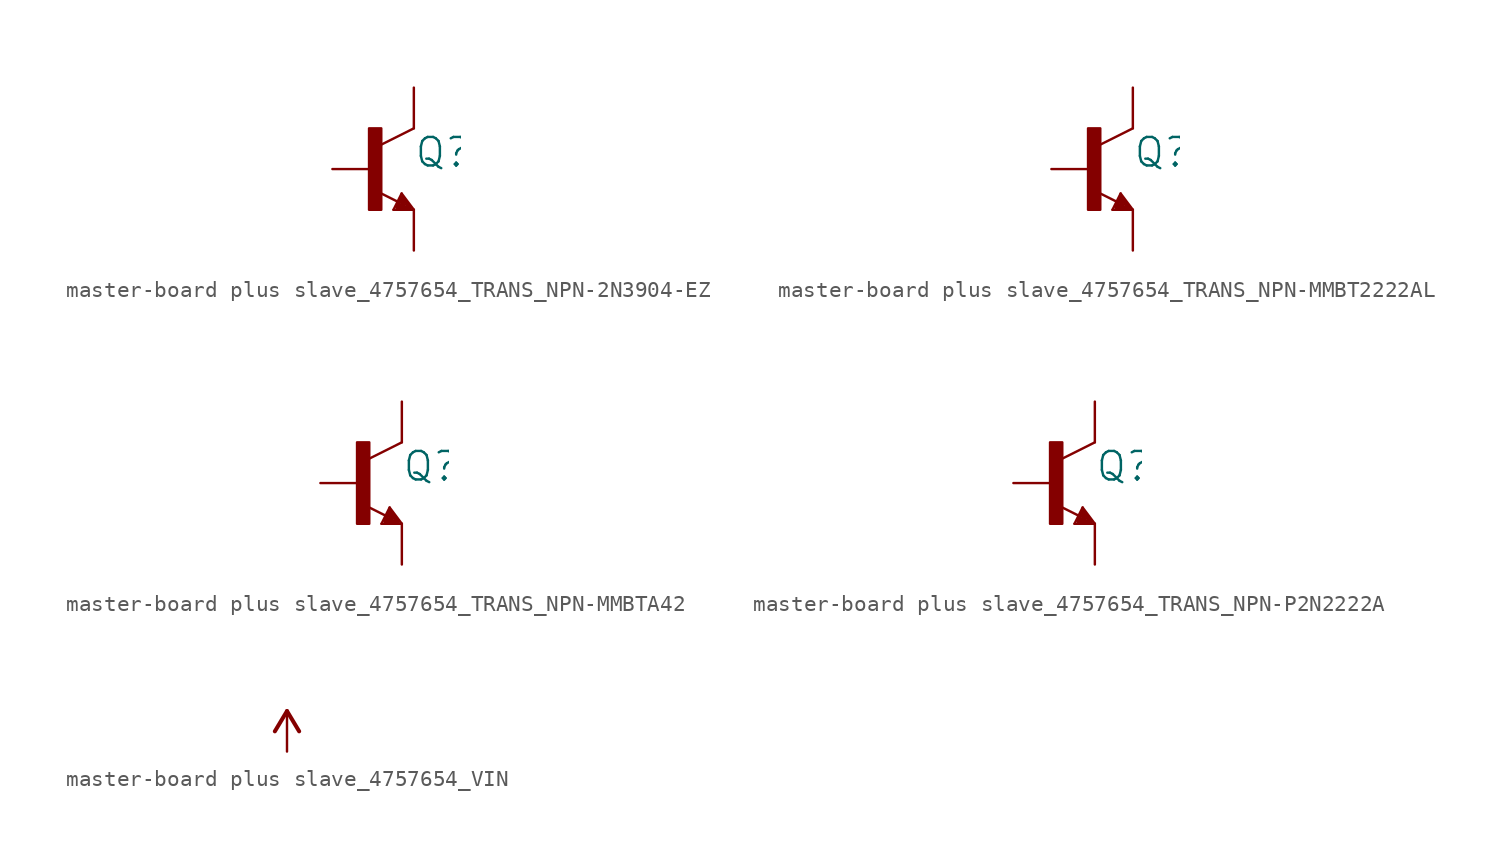
<source format=kicad_sym>
(kicad_symbol_lib
  (version 20241209)
  (generator "kicad_symbol_editor")
  (generator_version "9.0")
  (symbol "master-board plus slave_4757654_TRANS_NPN-2N3904-EZ"
    (property "Reference" "Q"
      (at 2.54 0 0)
      (effects (font (size 1.778 1.778)) (justify left bottom)))
    (property "Value" ""
      (at 2.54 -2.286 0)
      (effects (font (size 1.778 1.778)) (justify left bottom)))
    (property "ki_locked" ""
      (at 0 0 0)
      (effects (font (size 1.27 1.27))))
    (symbol "master-board plus slave_4757654_TRANS_NPN-2N3904-EZ_1_0"
      (rectangle (start -0.254 -2.54) (end 0.508 2.54) (stroke (width 0) (type default)) (fill (type outline)))
      (polyline (pts (xy 1.27 -2.54) (xy 1.778 -1.524)) (stroke (width 0.152) (type solid)) (fill (type none)))
      (polyline (pts (xy 1.524 -2.286) (xy 1.905 -2.286)) (stroke (width 0.254) (type solid)) (fill (type none)))
      (polyline (pts (xy 1.524 -2.413) (xy 2.286 -2.413)) (stroke (width 0.254) (type solid)) (fill (type none)))
      (polyline (pts (xy 1.54 -2.04) (xy 0.308 -1.424)) (stroke (width 0.152) (type solid)) (fill (type none)))
      (polyline (pts (xy 1.778 -1.524) (xy 2.54 -2.54)) (stroke (width 0.152) (type solid)) (fill (type none)))
      (polyline (pts (xy 1.778 -1.778) (xy 1.524 -2.286)) (stroke (width 0.254) (type solid)) (fill (type none)))
      (polyline (pts (xy 1.905 -2.286) (xy 1.778 -2.032)) (stroke (width 0.254) (type solid)) (fill (type none)))
      (polyline (pts (xy 2.286 -2.413) (xy 1.778 -1.778)) (stroke (width 0.254) (type solid)) (fill (type none)))
      (polyline (pts (xy 2.54 2.54) (xy 0.508 1.524)) (stroke (width 0.152) (type solid)) (fill (type none)))
      (polyline (pts (xy 2.54 -2.54) (xy 1.27 -2.54)) (stroke (width 0.152) (type solid)) (fill (type none)))
      (pin passive line (at -2.54 0 0) (length 2.54) (name "B" (effects (font (size 0 0)))) (number "2" (effects (font (size 0 0)))))
      (pin passive line (at 2.54 5.08 270) (length 2.54) (name "C" (effects (font (size 0 0)))) (number "3" (effects (font (size 0 0)))))
      (pin passive line (at 2.54 -5.08 90) (length 2.54) (name "E" (effects (font (size 0 0)))) (number "1" (effects (font (size 0 0)))))))
  (symbol "master-board plus slave_4757654_TRANS_NPN-MMBT2222AL"
    (property "Reference" "Q"
      (at 2.54 0 0)
      (effects (font (size 1.778 1.778)) (justify left bottom)))
    (property "Value" ""
      (at 2.54 -2.286 0)
      (effects (font (size 1.778 1.778)) (justify left bottom)))
    (property "ki_locked" ""
      (at 0 0 0)
      (effects (font (size 1.27 1.27))))
    (symbol "master-board plus slave_4757654_TRANS_NPN-MMBT2222AL_1_0"
      (rectangle (start -0.254 -2.54) (end 0.508 2.54) (stroke (width 0) (type default)) (fill (type outline)))
      (polyline (pts (xy 1.27 -2.54) (xy 1.778 -1.524)) (stroke (width 0.152) (type solid)) (fill (type none)))
      (polyline (pts (xy 1.524 -2.286) (xy 1.905 -2.286)) (stroke (width 0.254) (type solid)) (fill (type none)))
      (polyline (pts (xy 1.524 -2.413) (xy 2.286 -2.413)) (stroke (width 0.254) (type solid)) (fill (type none)))
      (polyline (pts (xy 1.54 -2.04) (xy 0.308 -1.424)) (stroke (width 0.152) (type solid)) (fill (type none)))
      (polyline (pts (xy 1.778 -1.524) (xy 2.54 -2.54)) (stroke (width 0.152) (type solid)) (fill (type none)))
      (polyline (pts (xy 1.778 -1.778) (xy 1.524 -2.286)) (stroke (width 0.254) (type solid)) (fill (type none)))
      (polyline (pts (xy 1.905 -2.286) (xy 1.778 -2.032)) (stroke (width 0.254) (type solid)) (fill (type none)))
      (polyline (pts (xy 2.286 -2.413) (xy 1.778 -1.778)) (stroke (width 0.254) (type solid)) (fill (type none)))
      (polyline (pts (xy 2.54 2.54) (xy 0.508 1.524)) (stroke (width 0.152) (type solid)) (fill (type none)))
      (polyline (pts (xy 2.54 -2.54) (xy 1.27 -2.54)) (stroke (width 0.152) (type solid)) (fill (type none)))
      (pin passive line (at -2.54 0 0) (length 2.54) (name "B" (effects (font (size 0 0)))) (number "1" (effects (font (size 0 0)))))
      (pin passive line (at 2.54 5.08 270) (length 2.54) (name "C" (effects (font (size 0 0)))) (number "3" (effects (font (size 0 0)))))
      (pin passive line (at 2.54 -5.08 90) (length 2.54) (name "E" (effects (font (size 0 0)))) (number "2" (effects (font (size 0 0)))))))
  (symbol "master-board plus slave_4757654_TRANS_NPN-MMBTA42"
    (property "Reference" "Q"
      (at 2.54 0 0)
      (effects (font (size 1.778 1.778)) (justify left bottom)))
    (property "Value" ""
      (at 2.54 -2.286 0)
      (effects (font (size 1.778 1.778)) (justify left bottom)))
    (property "ki_locked" ""
      (at 0 0 0)
      (effects (font (size 1.27 1.27))))
    (symbol "master-board plus slave_4757654_TRANS_NPN-MMBTA42_1_0"
      (rectangle (start -0.254 -2.54) (end 0.508 2.54) (stroke (width 0) (type default)) (fill (type outline)))
      (polyline (pts (xy 1.27 -2.54) (xy 1.778 -1.524)) (stroke (width 0.152) (type solid)) (fill (type none)))
      (polyline (pts (xy 1.524 -2.286) (xy 1.905 -2.286)) (stroke (width 0.254) (type solid)) (fill (type none)))
      (polyline (pts (xy 1.524 -2.413) (xy 2.286 -2.413)) (stroke (width 0.254) (type solid)) (fill (type none)))
      (polyline (pts (xy 1.54 -2.04) (xy 0.308 -1.424)) (stroke (width 0.152) (type solid)) (fill (type none)))
      (polyline (pts (xy 1.778 -1.524) (xy 2.54 -2.54)) (stroke (width 0.152) (type solid)) (fill (type none)))
      (polyline (pts (xy 1.778 -1.778) (xy 1.524 -2.286)) (stroke (width 0.254) (type solid)) (fill (type none)))
      (polyline (pts (xy 1.905 -2.286) (xy 1.778 -2.032)) (stroke (width 0.254) (type solid)) (fill (type none)))
      (polyline (pts (xy 2.286 -2.413) (xy 1.778 -1.778)) (stroke (width 0.254) (type solid)) (fill (type none)))
      (polyline (pts (xy 2.54 2.54) (xy 0.508 1.524)) (stroke (width 0.152) (type solid)) (fill (type none)))
      (polyline (pts (xy 2.54 -2.54) (xy 1.27 -2.54)) (stroke (width 0.152) (type solid)) (fill (type none)))
      (pin passive line (at -2.54 0 0) (length 2.54) (name "B" (effects (font (size 0 0)))) (number "1" (effects (font (size 0 0)))))
      (pin passive line (at 2.54 5.08 270) (length 2.54) (name "C" (effects (font (size 0 0)))) (number "3" (effects (font (size 0 0)))))
      (pin passive line (at 2.54 -5.08 90) (length 2.54) (name "E" (effects (font (size 0 0)))) (number "2" (effects (font (size 0 0)))))))
  (symbol "master-board plus slave_4757654_TRANS_NPN-P2N2222A"
    (property "Reference" "Q"
      (at 2.54 0 0)
      (effects (font (size 1.778 1.778)) (justify left bottom)))
    (property "Value" ""
      (at 2.54 -2.286 0)
      (effects (font (size 1.778 1.778)) (justify left bottom)))
    (property "ki_locked" ""
      (at 0 0 0)
      (effects (font (size 1.27 1.27))))
    (symbol "master-board plus slave_4757654_TRANS_NPN-P2N2222A_1_0"
      (rectangle (start -0.254 -2.54) (end 0.508 2.54) (stroke (width 0) (type default)) (fill (type outline)))
      (polyline (pts (xy 1.27 -2.54) (xy 1.778 -1.524)) (stroke (width 0.152) (type solid)) (fill (type none)))
      (polyline (pts (xy 1.524 -2.286) (xy 1.905 -2.286)) (stroke (width 0.254) (type solid)) (fill (type none)))
      (polyline (pts (xy 1.524 -2.413) (xy 2.286 -2.413)) (stroke (width 0.254) (type solid)) (fill (type none)))
      (polyline (pts (xy 1.54 -2.04) (xy 0.308 -1.424)) (stroke (width 0.152) (type solid)) (fill (type none)))
      (polyline (pts (xy 1.778 -1.524) (xy 2.54 -2.54)) (stroke (width 0.152) (type solid)) (fill (type none)))
      (polyline (pts (xy 1.778 -1.778) (xy 1.524 -2.286)) (stroke (width 0.254) (type solid)) (fill (type none)))
      (polyline (pts (xy 1.905 -2.286) (xy 1.778 -2.032)) (stroke (width 0.254) (type solid)) (fill (type none)))
      (polyline (pts (xy 2.286 -2.413) (xy 1.778 -1.778)) (stroke (width 0.254) (type solid)) (fill (type none)))
      (polyline (pts (xy 2.54 2.54) (xy 0.508 1.524)) (stroke (width 0.152) (type solid)) (fill (type none)))
      (polyline (pts (xy 2.54 -2.54) (xy 1.27 -2.54)) (stroke (width 0.152) (type solid)) (fill (type none)))
      (pin passive line (at -2.54 0 0) (length 2.54) (name "B" (effects (font (size 0 0)))) (number "2" (effects (font (size 0 0)))))
      (pin passive line (at 2.54 5.08 270) (length 2.54) (name "C" (effects (font (size 0 0)))) (number "1" (effects (font (size 0 0)))))
      (pin passive line (at 2.54 -5.08 90) (length 2.54) (name "E" (effects (font (size 0 0)))) (number "3" (effects (font (size 0 0)))))))
  (symbol "master-board plus slave_4757654_VIN"
    (power)
    (property "Reference" "#SUPPLY"
      (at 0 0 0)
      (effects (font (size 1.27 1.27)) (hide yes)))
    (property "Value" ""
      (at 0 2.794 0)
      (effects (font (size 1.778 1.511)) (justify bottom)))
    (property "ki_locked" ""
      (at 0 0 0)
      (effects (font (size 1.27 1.27))))
    (symbol "master-board plus slave_4757654_VIN_1_0"
      (polyline (pts (xy 0 2.54) (xy -0.762 1.27)) (stroke (width 0.254) (type solid)) (fill (type none)))
      (polyline (pts (xy 0.762 1.27) (xy 0 2.54)) (stroke (width 0.254) (type solid)) (fill (type none)))
      (pin power_in line (at 0 0 90) (length 2.54) (name "VIN" (effects (font (size 0 0)))) (number "1" (effects (font (size 0 0))))))))
</source>
